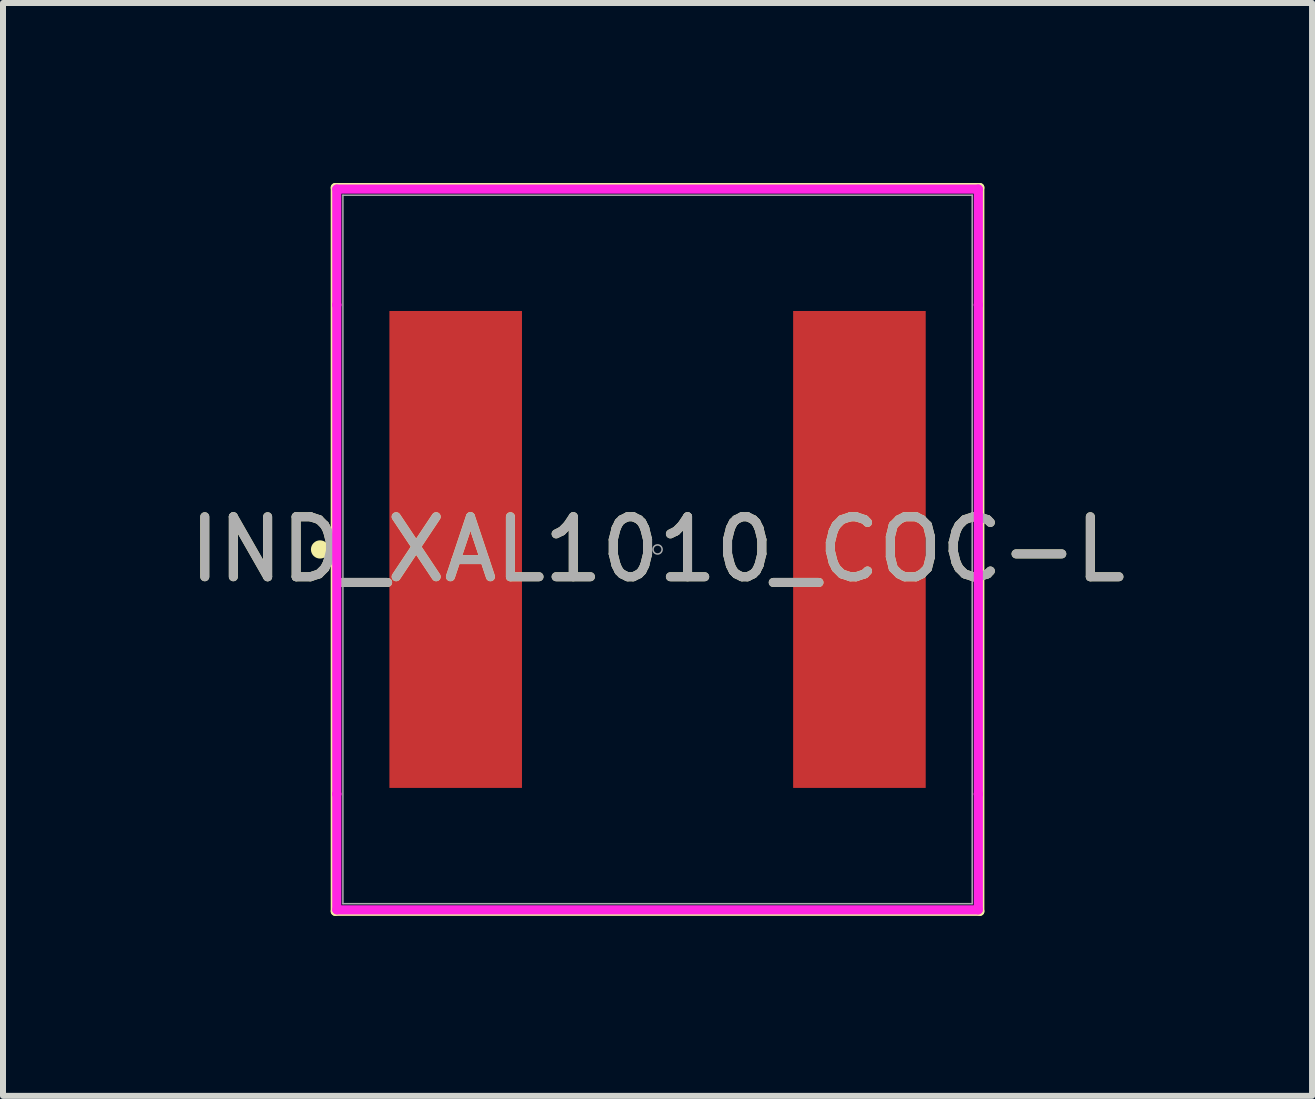
<source format=kicad_pcb>
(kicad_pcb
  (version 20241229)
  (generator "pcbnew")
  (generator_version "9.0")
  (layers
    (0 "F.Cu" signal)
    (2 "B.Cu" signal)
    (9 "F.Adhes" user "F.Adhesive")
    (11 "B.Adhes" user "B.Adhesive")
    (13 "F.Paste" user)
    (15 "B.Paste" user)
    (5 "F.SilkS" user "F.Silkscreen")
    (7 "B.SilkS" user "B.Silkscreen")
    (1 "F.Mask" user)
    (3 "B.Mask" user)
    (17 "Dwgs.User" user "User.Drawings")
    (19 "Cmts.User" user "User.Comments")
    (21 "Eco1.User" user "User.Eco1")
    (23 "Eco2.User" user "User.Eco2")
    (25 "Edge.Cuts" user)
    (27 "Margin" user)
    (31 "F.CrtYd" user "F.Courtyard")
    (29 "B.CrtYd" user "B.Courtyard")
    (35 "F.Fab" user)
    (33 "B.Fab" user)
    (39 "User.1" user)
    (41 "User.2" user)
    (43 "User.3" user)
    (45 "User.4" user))
  (footprint "IND_XAL1010_COC-L"
    (layer "F.Cu")
    (at 7.911 6.109)
    (property "Reference" "IND_XAL1010_COC-L" (at 0 0 0) (unlocked yes) (layer "F.SilkS") (effects (font (size 1 1) (thickness 0.15))))
    (attr smd)
    (fp_line (start -5.372 -6.032) (end -5.372 6.032) (stroke (width 0.152) (type solid)) (layer "F.SilkS"))
    (fp_line (start -5.372 6.032) (end 5.372 6.032) (stroke (width 0.152) (type solid)) (layer "F.SilkS"))
    (fp_line (start 5.372 -6.032) (end -5.372 -6.032) (stroke (width 0.152) (type solid)) (layer "F.SilkS"))
    (fp_line (start 5.372 6.032) (end 5.372 -6.032) (stroke (width 0.152) (type solid)) (layer "F.SilkS"))
    (fp_circle (center -5.626 0) (end -5.55 0) (stroke (width 0.152) (type solid)) (fill no) (layer "F.SilkS"))
    (fp_line (start -5.347 -6.007) (end 5.347 -6.007) (stroke (width 0.152) (type solid)) (layer "F.CrtYd"))
    (fp_line (start -5.347 -4.077) (end -5.347 -6.007) (stroke (width 0.152) (type solid)) (layer "F.CrtYd"))
    (fp_line (start -5.347 -4.077) (end -5.347 -4.077) (stroke (width 0.152) (type solid)) (layer "F.CrtYd"))
    (fp_line (start -5.347 4.077) (end -5.347 -4.077) (stroke (width 0.152) (type solid)) (layer "F.CrtYd"))
    (fp_line (start -5.347 4.077) (end -5.347 4.077) (stroke (width 0.152) (type solid)) (layer "F.CrtYd"))
    (fp_line (start -5.347 6.007) (end -5.347 4.077) (stroke (width 0.152) (type solid)) (layer "F.CrtYd"))
    (fp_line (start 5.347 -6.007) (end 5.347 -4.077) (stroke (width 0.152) (type solid)) (layer "F.CrtYd"))
    (fp_line (start 5.347 -4.077) (end 5.347 -4.077) (stroke (width 0.152) (type solid)) (layer "F.CrtYd"))
    (fp_line (start 5.347 -4.077) (end 5.347 4.077) (stroke (width 0.152) (type solid)) (layer "F.CrtYd"))
    (fp_line (start 5.347 4.077) (end 5.347 4.077) (stroke (width 0.152) (type solid)) (layer "F.CrtYd"))
    (fp_line (start 5.347 4.077) (end 5.347 6.007) (stroke (width 0.152) (type solid)) (layer "F.CrtYd"))
    (fp_line (start 5.347 6.007) (end -5.347 6.007) (stroke (width 0.152) (type solid)) (layer "F.CrtYd"))
    (fp_line (start -5.245 -5.905) (end -5.245 5.905) (stroke (width 0.025) (type solid)) (layer "F.Fab"))
    (fp_line (start -5.245 5.905) (end 5.245 5.905) (stroke (width 0.025) (type solid)) (layer "F.Fab"))
    (fp_line (start 5.245 -5.905) (end -5.245 -5.905) (stroke (width 0.025) (type solid)) (layer "F.Fab"))
    (fp_line (start 5.245 5.905) (end 5.245 -5.905) (stroke (width 0.025) (type solid)) (layer "F.Fab"))
    (fp_circle (center 0 0) (end 0.076 0) (stroke (width 0.025) (type solid)) (fill no) (layer "F.Fab"))
    (fp_text user "${REFERENCE}" (at 0 0 0) (unlocked yes) (layer "F.Fab") (effects (font (size 1 1) (thickness 0.15))))
    (pad "1" smd rect (at -3.365 0) (size 2.21 7.95) (layers "F.Cu" "F.Mask" "F.Paste"))
    (pad "2" smd rect (at 3.365 0) (size 2.21 7.95) (layers "F.Cu" "F.Mask" "F.Paste")))
  (gr_rect
    (start -3 -3)
    (end 18.821 15.217)
    (stroke (width 0.1) (type default))
    (fill no)
    (layer "Edge.Cuts")))
</source>
